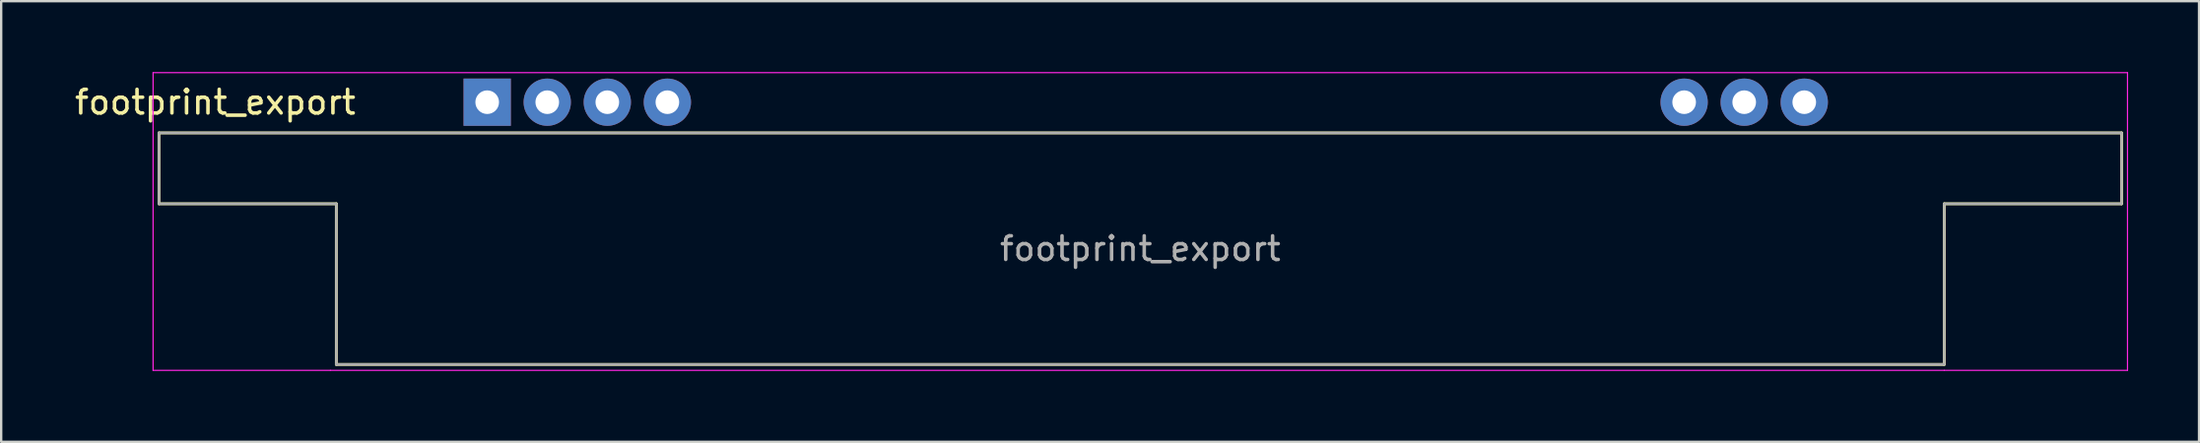
<source format=kicad_pcb>
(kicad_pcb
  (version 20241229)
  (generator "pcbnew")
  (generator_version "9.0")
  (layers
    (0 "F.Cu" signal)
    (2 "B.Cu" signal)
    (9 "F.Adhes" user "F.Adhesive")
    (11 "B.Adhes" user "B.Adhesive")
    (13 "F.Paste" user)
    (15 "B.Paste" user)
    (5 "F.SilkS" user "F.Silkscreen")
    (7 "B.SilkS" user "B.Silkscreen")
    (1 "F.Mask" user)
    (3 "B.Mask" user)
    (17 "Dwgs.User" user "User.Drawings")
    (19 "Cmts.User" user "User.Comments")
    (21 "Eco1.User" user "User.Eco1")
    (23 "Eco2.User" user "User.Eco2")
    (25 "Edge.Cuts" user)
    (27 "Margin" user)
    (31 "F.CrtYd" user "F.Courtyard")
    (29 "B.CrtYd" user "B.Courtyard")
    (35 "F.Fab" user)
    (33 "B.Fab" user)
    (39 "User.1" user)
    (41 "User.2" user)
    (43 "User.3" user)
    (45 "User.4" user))
  (footprint "footprint_export"
    (layer "F.Cu")
    (at 17.554 1.275)
    (property "Reference" "footprint_export" (at -11.5 0 180) (layer "F.SilkS") (effects (font (size 1 1) (thickness 0.15))))
    (attr through_hole)
    (fp_line (start -13.88 1.3) (end 69.12 1.3) (stroke (width 0.12) (type solid)) (layer "F.SilkS"))
    (fp_line (start -13.88 4.3) (end -13.88 1.3) (stroke (width 0.12) (type solid)) (layer "F.SilkS"))
    (fp_line (start -6.38 4.3) (end -13.88 4.3) (stroke (width 0.12) (type solid)) (layer "F.SilkS"))
    (fp_line (start -6.38 11.1) (end -6.38 4.3) (stroke (width 0.12) (type solid)) (layer "F.SilkS"))
    (fp_line (start 61.62 4.3) (end 61.62 11.1) (stroke (width 0.12) (type solid)) (layer "F.SilkS"))
    (fp_line (start 61.62 11.1) (end -6.38 11.1) (stroke (width 0.12) (type solid)) (layer "F.SilkS"))
    (fp_line (start 69.12 1.3) (end 69.12 4.3) (stroke (width 0.12) (type solid)) (layer "F.SilkS"))
    (fp_line (start 69.12 4.3) (end 61.62 4.3) (stroke (width 0.12) (type solid)) (layer "F.SilkS"))
    (fp_line (start -14.13 -1.25) (end 69.37 -1.25) (stroke (width 0.05) (type solid)) (layer "F.CrtYd"))
    (fp_line (start -14.13 11.35) (end -14.13 -1.25) (stroke (width 0.05) (type solid)) (layer "F.CrtYd"))
    (fp_line (start -6.63 11.35) (end -14.13 11.35) (stroke (width 0.05) (type solid)) (layer "F.CrtYd"))
    (fp_line (start 61.62 11.35) (end -6.63 11.35) (stroke (width 0.05) (type solid)) (layer "F.CrtYd"))
    (fp_line (start 69.37 -1.25) (end 69.37 11.35) (stroke (width 0.05) (type solid)) (layer "F.CrtYd"))
    (fp_line (start 69.37 11.35) (end 61.62 11.35) (stroke (width 0.05) (type solid)) (layer "F.CrtYd"))
    (fp_line (start -13.88 1.3) (end 69.12 1.3) (stroke (width 0.1) (type solid)) (layer "F.Fab"))
    (fp_line (start -13.88 4.3) (end -13.88 1.3) (stroke (width 0.1) (type solid)) (layer "F.Fab"))
    (fp_line (start -6.38 4.3) (end -13.88 4.3) (stroke (width 0.1) (type solid)) (layer "F.Fab"))
    (fp_line (start -6.38 11.1) (end -6.38 4.3) (stroke (width 0.1) (type solid)) (layer "F.Fab"))
    (fp_line (start 61.62 4.3) (end 61.62 11.1) (stroke (width 0.1) (type solid)) (layer "F.Fab"))
    (fp_line (start 61.62 11.1) (end -6.38 11.1) (stroke (width 0.1) (type solid)) (layer "F.Fab"))
    (fp_line (start 69.12 1.3) (end 69.12 4.3) (stroke (width 0.1) (type solid)) (layer "F.Fab"))
    (fp_line (start 69.12 4.3) (end 61.62 4.3) (stroke (width 0.1) (type solid)) (layer "F.Fab"))
    (fp_text user "${REFERENCE}" (at 27.62 6.2 180) (layer "F.Fab") (effects (font (size 1 1) (thickness 0.15))))
    (pad "1" thru_hole rect (at 0 0) (size 2 2) (drill 1) (layers "*.Cu" "*.Mask"))
    (pad "2" thru_hole circle (at 2.54 0) (size 2 2) (drill 1) (layers "*.Cu" "*.Mask"))
    (pad "3" thru_hole circle (at 5.08 0) (size 2 2) (drill 1) (layers "*.Cu" "*.Mask"))
    (pad "4" thru_hole circle (at 7.62 0) (size 2 2) (drill 1) (layers "*.Cu" "*.Mask"))
    (pad "5" thru_hole circle (at 50.62 0) (size 2 2) (drill 1) (layers "*.Cu" "*.Mask"))
    (pad "6" thru_hole circle (at 53.16 0) (size 2 2) (drill 1) (layers "*.Cu" "*.Mask"))
    (pad "7" thru_hole circle (at 55.7 0) (size 2 2) (drill 1) (layers "*.Cu" "*.Mask")))
  (gr_rect
    (start -3 -3)
    (end 89.949 15.65)
    (stroke (width 0.1) (type default))
    (fill no)
    (layer "Edge.Cuts")))
</source>
